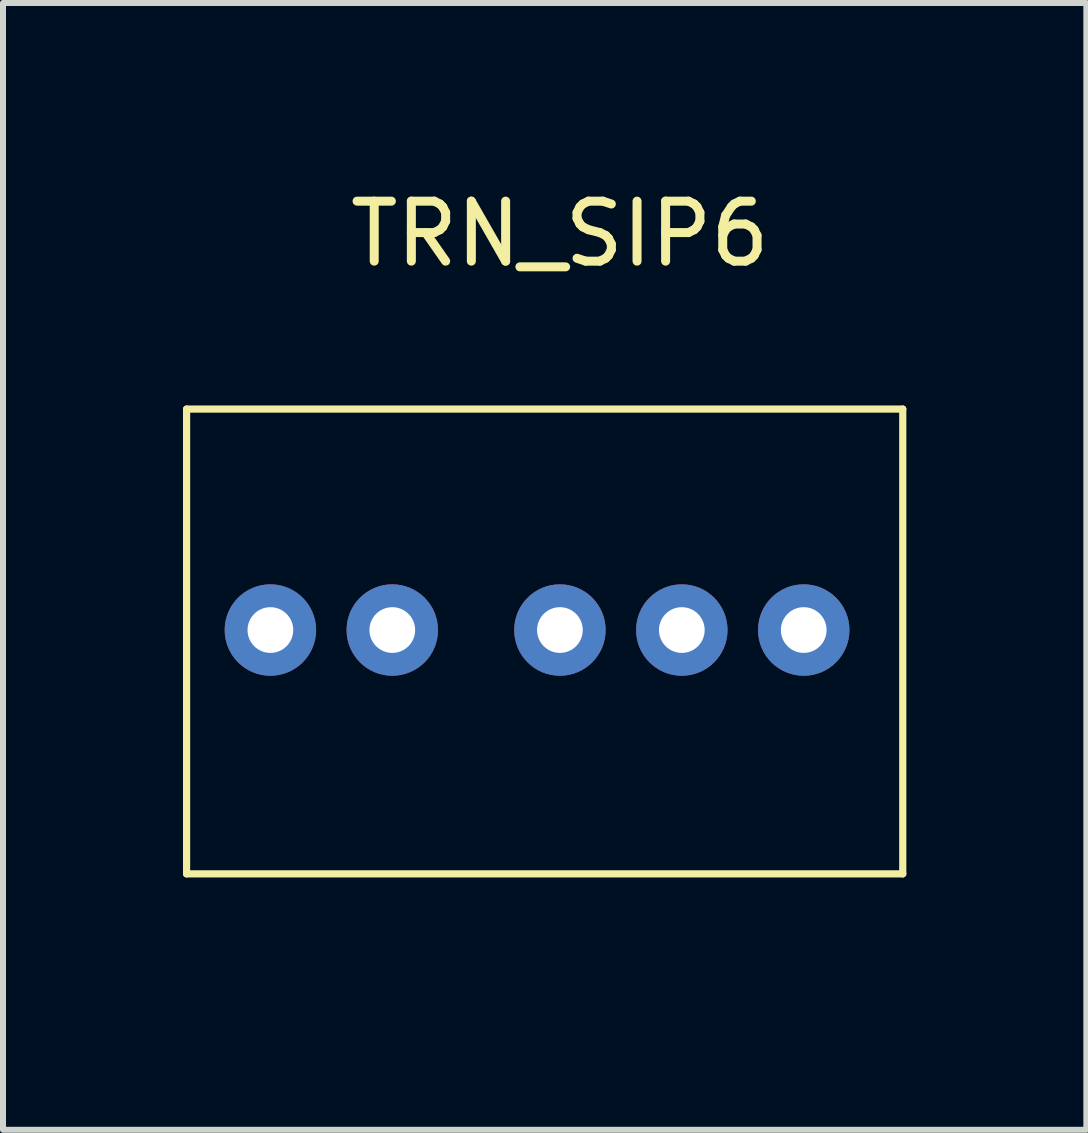
<source format=kicad_pcb>
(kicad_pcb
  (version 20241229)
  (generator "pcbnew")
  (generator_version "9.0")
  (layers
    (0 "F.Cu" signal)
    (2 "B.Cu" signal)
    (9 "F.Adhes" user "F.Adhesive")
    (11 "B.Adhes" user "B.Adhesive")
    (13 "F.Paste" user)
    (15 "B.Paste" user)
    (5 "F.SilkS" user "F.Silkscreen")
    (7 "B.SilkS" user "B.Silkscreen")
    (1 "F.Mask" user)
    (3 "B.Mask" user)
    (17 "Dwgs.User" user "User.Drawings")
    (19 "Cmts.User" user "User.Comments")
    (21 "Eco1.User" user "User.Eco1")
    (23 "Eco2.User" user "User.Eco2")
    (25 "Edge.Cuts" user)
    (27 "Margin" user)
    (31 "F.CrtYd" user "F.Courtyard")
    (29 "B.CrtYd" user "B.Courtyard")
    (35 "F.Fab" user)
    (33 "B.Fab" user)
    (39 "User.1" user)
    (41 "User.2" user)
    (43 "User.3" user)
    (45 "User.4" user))
  (footprint "TRN_SIP6"
    (layer "F.Cu")
    (at 6.537 12.532)
    (property "Reference" "TRN_SIP6" (at -0.254 -11.684 0) (layer "F.SilkS") (effects (font (size 1 1) (thickness 0.15))))
    (attr through_hole)
    (fp_line (start -6.477 -8.763) (end 5.461 -8.763) (stroke (width 0.12) (type solid)) (layer "F.SilkS"))
    (fp_line (start -6.477 -1.016) (end -6.477 -8.763) (stroke (width 0.12) (type solid)) (layer "F.SilkS"))
    (fp_line (start 5.461 -8.763) (end 5.461 -1.016) (stroke (width 0.12) (type solid)) (layer "F.SilkS"))
    (fp_line (start 5.461 -1.016) (end -6.477 -1.016) (stroke (width 0.12) (type solid)) (layer "F.SilkS"))
    (pad "1" thru_hole circle (at -5.08 -5.08) (size 1.524 1.524) (drill 0.762) (layers "*.Cu" "*.Mask"))
    (pad "2" thru_hole circle (at -3.048 -5.08) (size 1.524 1.524) (drill 0.762) (layers "*.Cu" "*.Mask"))
    (pad "3" thru_hole circle (at -0.254 -5.08) (size 1.524 1.524) (drill 0.762) (layers "*.Cu" "*.Mask"))
    (pad "4" thru_hole circle (at 1.778 -5.08) (size 1.524 1.524) (drill 0.762) (layers "*.Cu" "*.Mask"))
    (pad "5" thru_hole circle (at 3.81 -5.08) (size 1.524 1.524) (drill 0.762) (layers "*.Cu" "*.Mask")))
  (gr_rect
    (start -3 -3)
    (end 15.058 15.782)
    (stroke (width 0.1) (type default))
    (fill no)
    (layer "Edge.Cuts")))
</source>
